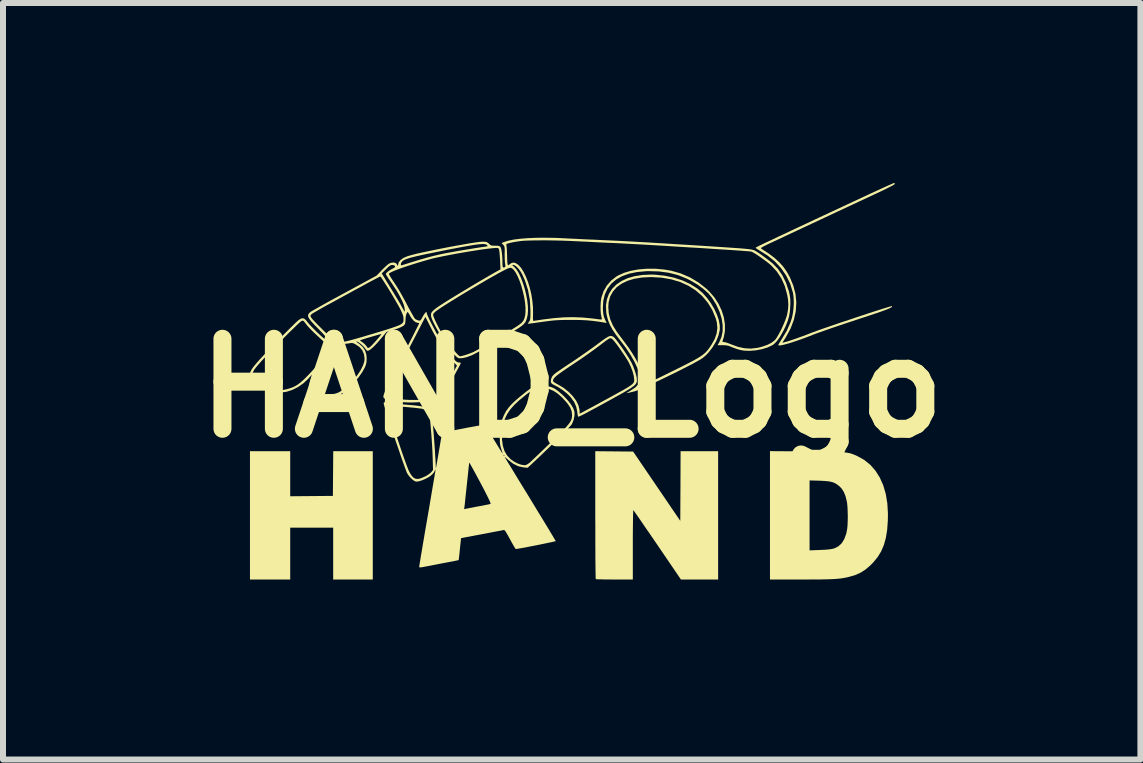
<source format=kicad_pcb>
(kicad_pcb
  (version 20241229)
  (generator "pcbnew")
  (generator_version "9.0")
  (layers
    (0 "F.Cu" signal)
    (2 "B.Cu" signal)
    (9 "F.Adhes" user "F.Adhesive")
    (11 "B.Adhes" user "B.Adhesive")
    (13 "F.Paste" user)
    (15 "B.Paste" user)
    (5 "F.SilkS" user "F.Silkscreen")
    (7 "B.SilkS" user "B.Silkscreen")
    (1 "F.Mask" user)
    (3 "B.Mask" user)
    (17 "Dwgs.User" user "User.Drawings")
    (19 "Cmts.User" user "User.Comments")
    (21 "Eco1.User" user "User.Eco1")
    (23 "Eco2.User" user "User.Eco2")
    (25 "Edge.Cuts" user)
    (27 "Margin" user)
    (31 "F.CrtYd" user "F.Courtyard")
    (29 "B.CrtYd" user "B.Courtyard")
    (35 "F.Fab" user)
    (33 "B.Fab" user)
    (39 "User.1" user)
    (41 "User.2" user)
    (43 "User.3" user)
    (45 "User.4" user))
  (footprint "HAND_Logo"
    (layer "F.Cu")
    (at 6.479 3.418)
    (property "Reference" "HAND_Logo" (at 0 0 0) (layer "F.SilkS") (effects (font (size 1.5 1.5) (thickness 0.3))))
    (attr board_only exclude_from_pos_files exclude_from_bom)
    (fp_poly (pts (xy -4.692 1.428) (xy -4.692 1.803) (xy -4.337 1.8) (xy -3.981 1.797) (xy -3.978 1.425) (xy -3.975 1.052) (xy -3.645 1.052) (xy -3.316 1.052) (xy -3.316 2.121) (xy -3.316 3.191) (xy -3.646 3.191) (xy -3.976 3.191) (xy -3.976 2.758) (xy -3.976 2.326) (xy -4.334 2.326) (xy -4.692 2.326) (xy -4.692 2.758) (xy -4.692 3.191) (xy -5.028 3.191) (xy -5.363 3.191) (xy -5.363 2.121) (xy -5.363 1.052) (xy -5.028 1.052) (xy -4.692 1.052)) (stroke (width 0) (type solid)) (fill yes) (layer "F.SilkS"))
    (fp_poly (pts (xy 0.708 1.055) (xy 1.023 1.058) (xy 1.416 1.635) (xy 1.809 2.213) (xy 1.812 1.632) (xy 1.814 1.052) (xy 2.127 1.052) (xy 2.44 1.052) (xy 2.44 2.121) (xy 2.44 3.191) (xy 2.13 3.191) (xy 1.82 3.191) (xy 1.428 2.615) (xy 1.358 2.513) (xy 1.292 2.416) (xy 1.23 2.327) (xy 1.175 2.246) (xy 1.127 2.176) (xy 1.087 2.119) (xy 1.056 2.075) (xy 1.036 2.046) (xy 1.027 2.035) (xy 1.027 2.034) (xy 1.025 2.044) (xy 1.024 2.075) (xy 1.022 2.124) (xy 1.021 2.19) (xy 1.02 2.27) (xy 1.019 2.362) (xy 1.018 2.464) (xy 1.018 2.574) (xy 1.018 2.61) (xy 1.018 3.191) (xy 0.713 3.191) (xy 0.632 3.19) (xy 0.558 3.19) (xy 0.495 3.188) (xy 0.446 3.187) (xy 0.413 3.185) (xy 0.4 3.183) (xy 0.4 3.183) (xy 0.399 3.171) (xy 0.398 3.137) (xy 0.397 3.084) (xy 0.396 3.014) (xy 0.395 2.926) (xy 0.394 2.824) (xy 0.394 2.709) (xy 0.393 2.582) (xy 0.393 2.445) (xy 0.393 2.3) (xy 0.392 2.147) (xy 0.392 2.114) (xy 0.392 1.052)) (stroke (width 0) (type solid)) (fill yes) (layer "F.SilkS"))
    (fp_poly (pts (xy 3.916 1.055) (xy 4.057 1.056) (xy 4.179 1.057) (xy 4.281 1.059) (xy 4.367 1.061) (xy 4.439 1.063) (xy 4.499 1.066) (xy 4.548 1.071) (xy 4.59 1.077) (xy 4.626 1.084) (xy 4.658 1.092) (xy 4.688 1.103) (xy 4.719 1.115) (xy 4.752 1.13) (xy 4.759 1.133) (xy 4.874 1.197) (xy 4.975 1.278) (xy 5.062 1.377) (xy 5.134 1.491) (xy 5.192 1.621) (xy 5.234 1.765) (xy 5.26 1.923) (xy 5.27 2.094) (xy 5.268 2.212) (xy 5.257 2.364) (xy 5.235 2.498) (xy 5.202 2.616) (xy 5.157 2.721) (xy 5.099 2.816) (xy 5.027 2.904) (xy 4.978 2.954) (xy 4.896 3.024) (xy 4.815 3.076) (xy 4.728 3.115) (xy 4.669 3.133) (xy 4.622 3.146) (xy 4.578 3.157) (xy 4.532 3.165) (xy 4.484 3.173) (xy 4.431 3.178) (xy 4.37 3.183) (xy 4.299 3.186) (xy 4.215 3.188) (xy 4.117 3.19) (xy 4.001 3.19) (xy 3.865 3.191) (xy 3.836 3.191) (xy 3.304 3.191) (xy 3.304 2.122) (xy 3.964 2.122) (xy 3.964 2.705) (xy 4.138 2.698) (xy 4.233 2.694) (xy 4.308 2.686) (xy 4.362 2.676) (xy 4.372 2.673) (xy 4.441 2.64) (xy 4.498 2.588) (xy 4.542 2.517) (xy 4.575 2.427) (xy 4.589 2.358) (xy 4.596 2.3) (xy 4.599 2.228) (xy 4.601 2.147) (xy 4.599 2.064) (xy 4.596 1.987) (xy 4.59 1.921) (xy 4.585 1.89) (xy 4.563 1.802) (xy 4.535 1.732) (xy 4.499 1.676) (xy 4.465 1.64) (xy 4.425 1.608) (xy 4.386 1.584) (xy 4.343 1.567) (xy 4.291 1.556) (xy 4.226 1.549) (xy 4.143 1.544) (xy 4.132 1.544) (xy 3.964 1.539) (xy 3.964 2.122) (xy 3.304 2.122) (xy 3.304 2.121) (xy 3.304 1.051)) (stroke (width 0) (type solid)) (fill yes) (layer "F.SilkS"))
    (fp_poly (pts (xy 1.388 -1.89) (xy 1.548 -1.873) (xy 1.702 -1.841) (xy 1.845 -1.794) (xy 1.976 -1.733) (xy 2.092 -1.66) (xy 2.18 -1.586) (xy 2.253 -1.505) (xy 2.319 -1.415) (xy 2.375 -1.321) (xy 2.419 -1.226) (xy 2.451 -1.134) (xy 2.467 -1.047) (xy 2.468 -0.973) (xy 2.446 -0.877) (xy 2.406 -0.778) (xy 2.348 -0.681) (xy 2.277 -0.589) (xy 2.239 -0.55) (xy 2.21 -0.524) (xy 2.178 -0.499) (xy 2.138 -0.473) (xy 2.087 -0.444) (xy 2.022 -0.408) (xy 1.962 -0.377) (xy 1.858 -0.324) (xy 1.751 -0.27) (xy 1.643 -0.217) (xy 1.538 -0.166) (xy 1.436 -0.117) (xy 1.341 -0.073) (xy 1.255 -0.033) (xy 1.18 0.001) (xy 1.119 0.028) (xy 1.073 0.046) (xy 1.046 0.055) (xy 0.988 0.069) (xy 0.949 0.078) (xy 0.925 0.083) (xy 0.916 0.084) (xy 0.916 0.082) (xy 0.928 0.074) (xy 0.954 0.058) (xy 0.989 0.037) (xy 0.991 0.035) (xy 1.059 -0.01) (xy 1.104 -0.057) (xy 1.13 -0.109) (xy 1.137 -0.167) (xy 1.127 -0.234) (xy 1.095 -0.332) (xy 1.045 -0.439) (xy 0.979 -0.555) (xy 0.899 -0.675) (xy 0.807 -0.796) (xy 0.735 -0.891) (xy 0.678 -0.976) (xy 0.636 -1.054) (xy 0.605 -1.131) (xy 0.584 -1.209) (xy 0.575 -1.263) (xy 0.572 -1.35) (xy 0.609 -1.35) (xy 0.617 -1.245) (xy 0.642 -1.145) (xy 0.685 -1.045) (xy 0.748 -0.943) (xy 0.787 -0.889) (xy 0.874 -0.774) (xy 0.948 -0.673) (xy 1.008 -0.583) (xy 1.057 -0.503) (xy 1.096 -0.43) (xy 1.127 -0.361) (xy 1.151 -0.295) (xy 1.153 -0.286) (xy 1.172 -0.21) (xy 1.175 -0.146) (xy 1.165 -0.09) (xy 1.155 -0.066) (xy 1.143 -0.037) (xy 1.14 -0.025) (xy 1.147 -0.023) (xy 1.153 -0.025) (xy 1.166 -0.031) (xy 1.198 -0.047) (xy 1.247 -0.07) (xy 1.309 -0.1) (xy 1.384 -0.137) (xy 1.468 -0.178) (xy 1.56 -0.223) (xy 1.653 -0.269) (xy 1.775 -0.329) (xy 1.878 -0.381) (xy 1.965 -0.425) (xy 2.037 -0.463) (xy 2.096 -0.497) (xy 2.145 -0.527) (xy 2.185 -0.555) (xy 2.218 -0.582) (xy 2.246 -0.61) (xy 2.271 -0.64) (xy 2.296 -0.673) (xy 2.321 -0.711) (xy 2.328 -0.721) (xy 2.382 -0.817) (xy 2.415 -0.91) (xy 2.427 -1.002) (xy 2.418 -1.096) (xy 2.399 -1.164) (xy 2.342 -1.301) (xy 2.267 -1.424) (xy 2.175 -1.533) (xy 2.068 -1.627) (xy 1.946 -1.705) (xy 1.81 -1.767) (xy 1.66 -1.812) (xy 1.499 -1.84) (xy 1.325 -1.85) (xy 1.319 -1.85) (xy 1.175 -1.843) (xy 1.044 -1.822) (xy 0.93 -1.788) (xy 0.832 -1.741) (xy 0.75 -1.682) (xy 0.687 -1.61) (xy 0.641 -1.528) (xy 0.615 -1.434) (xy 0.609 -1.35) (xy 0.572 -1.35) (xy 0.57 -1.375) (xy 0.586 -1.478) (xy 0.62 -1.571) (xy 0.673 -1.654) (xy 0.744 -1.726) (xy 0.831 -1.785) (xy 0.934 -1.833) (xy 1.052 -1.866) (xy 1.184 -1.886) (xy 1.329 -1.892)) (stroke (width 0) (type solid)) (fill yes) (layer "F.SilkS"))
    (fp_poly (pts (xy 0.668 -0.867) (xy 0.688 -0.858) (xy 0.703 -0.848) (xy 0.722 -0.827) (xy 0.752 -0.791) (xy 0.787 -0.744) (xy 0.827 -0.688) (xy 0.869 -0.628) (xy 0.909 -0.567) (xy 0.946 -0.51) (xy 0.976 -0.459) (xy 0.99 -0.435) (xy 1.02 -0.372) (xy 1.046 -0.304) (xy 1.068 -0.238) (xy 1.082 -0.179) (xy 1.086 -0.137) (xy 1.086 -0.117) (xy 1.082 -0.098) (xy 1.075 -0.081) (xy 1.062 -0.062) (xy 1.042 -0.042) (xy 1.013 -0.02) (xy 0.975 0.007) (xy 0.924 0.038) (xy 0.86 0.076) (xy 0.781 0.12) (xy 0.685 0.173) (xy 0.571 0.236) (xy 0.537 0.255) (xy 0.432 0.312) (xy 0.345 0.359) (xy 0.274 0.397) (xy 0.219 0.427) (xy 0.177 0.448) (xy 0.146 0.463) (xy 0.125 0.472) (xy 0.112 0.476) (xy 0.106 0.476) (xy 0.104 0.475) (xy 0.101 0.46) (xy 0.096 0.429) (xy 0.092 0.392) (xy 0.074 0.309) (xy 0.039 0.23) (xy -0.017 0.153) (xy -0.028 0.14) (xy -0.085 0.085) (xy -0.154 0.031) (xy -0.228 -0.017) (xy -0.292 -0.05) (xy -0.33 -0.071) (xy -0.348 -0.096) (xy -0.348 -0.117) (xy -0.313 -0.117) (xy -0.303 -0.105) (xy -0.278 -0.087) (xy -0.242 -0.066) (xy -0.23 -0.06) (xy -0.136 -0.004) (xy -0.053 0.062) (xy 0.017 0.134) (xy 0.073 0.209) (xy 0.111 0.286) (xy 0.129 0.361) (xy 0.131 0.389) (xy 0.131 0.427) (xy 0.179 0.403) (xy 0.202 0.39) (xy 0.242 0.369) (xy 0.295 0.34) (xy 0.359 0.306) (xy 0.428 0.269) (xy 0.483 0.238) (xy 0.603 0.173) (xy 0.704 0.118) (xy 0.788 0.071) (xy 0.857 0.033) (xy 0.912 0.001) (xy 0.955 -0.026) (xy 0.987 -0.047) (xy 1.01 -0.066) (xy 1.025 -0.081) (xy 1.034 -0.096) (xy 1.039 -0.11) (xy 1.041 -0.124) (xy 1.041 -0.14) (xy 1.041 -0.142) (xy 1.034 -0.203) (xy 1.015 -0.275) (xy 0.986 -0.352) (xy 0.95 -0.428) (xy 0.93 -0.463) (xy 0.892 -0.524) (xy 0.85 -0.586) (xy 0.808 -0.648) (xy 0.767 -0.705) (xy 0.73 -0.754) (xy 0.699 -0.792) (xy 0.677 -0.815) (xy 0.672 -0.82) (xy 0.66 -0.827) (xy 0.649 -0.831) (xy 0.635 -0.829) (xy 0.617 -0.821) (xy 0.592 -0.805) (xy 0.557 -0.78) (xy 0.509 -0.744) (xy 0.446 -0.695) (xy 0.441 -0.692) (xy 0.388 -0.652) (xy 0.321 -0.604) (xy 0.244 -0.549) (xy 0.161 -0.491) (xy 0.076 -0.434) (xy 0.003 -0.385) (xy -0.085 -0.326) (xy -0.155 -0.278) (xy -0.209 -0.24) (xy -0.25 -0.208) (xy -0.279 -0.182) (xy -0.298 -0.161) (xy -0.308 -0.142) (xy -0.312 -0.124) (xy -0.313 -0.117) (xy -0.348 -0.117) (xy -0.349 -0.131) (xy -0.34 -0.16) (xy -0.334 -0.177) (xy -0.326 -0.193) (xy -0.314 -0.208) (xy -0.297 -0.226) (xy -0.272 -0.247) (xy -0.236 -0.273) (xy -0.189 -0.305) (xy -0.128 -0.347) (xy -0.051 -0.398) (xy -0.013 -0.423) (xy 0.068 -0.477) (xy 0.155 -0.537) (xy 0.244 -0.599) (xy 0.327 -0.658) (xy 0.399 -0.71) (xy 0.423 -0.728) (xy 0.493 -0.78) (xy 0.547 -0.819) (xy 0.589 -0.846) (xy 0.622 -0.863) (xy 0.647 -0.869)) (stroke (width 0) (type solid)) (fill yes) (layer "F.SilkS"))
    (fp_poly (pts (xy 5.385 -3.409) (xy 5.386 -3.403) (xy 5.376 -3.394) (xy 5.347 -3.376) (xy 5.3 -3.352) (xy 5.237 -3.32) (xy 5.159 -3.282) (xy 5.069 -3.24) (xy 5.025 -3.219) (xy 4.918 -3.169) (xy 4.801 -3.115) (xy 4.676 -3.056) (xy 4.545 -2.995) (xy 4.411 -2.933) (xy 4.276 -2.869) (xy 4.141 -2.806) (xy 4.008 -2.744) (xy 3.88 -2.684) (xy 3.758 -2.627) (xy 3.645 -2.574) (xy 3.543 -2.526) (xy 3.454 -2.484) (xy 3.379 -2.449) (xy 3.321 -2.422) (xy 3.287 -2.406) (xy 3.23 -2.378) (xy 3.19 -2.358) (xy 3.166 -2.344) (xy 3.156 -2.334) (xy 3.156 -2.327) (xy 3.161 -2.322) (xy 3.278 -2.246) (xy 3.375 -2.173) (xy 3.457 -2.099) (xy 3.526 -2.022) (xy 3.585 -1.938) (xy 3.635 -1.848) (xy 3.693 -1.708) (xy 3.73 -1.566) (xy 3.743 -1.424) (xy 3.734 -1.281) (xy 3.702 -1.137) (xy 3.648 -0.994) (xy 3.571 -0.852) (xy 3.556 -0.827) (xy 3.509 -0.756) (xy 3.541 -0.763) (xy 3.596 -0.778) (xy 3.668 -0.801) (xy 3.754 -0.831) (xy 3.849 -0.865) (xy 3.949 -0.903) (xy 3.978 -0.915) (xy 4.022 -0.931) (xy 4.081 -0.953) (xy 4.154 -0.979) (xy 4.238 -1.008) (xy 4.331 -1.04) (xy 4.43 -1.074) (xy 4.534 -1.109) (xy 4.64 -1.144) (xy 4.746 -1.18) (xy 4.85 -1.214) (xy 4.949 -1.247) (xy 5.042 -1.277) (xy 5.126 -1.304) (xy 5.199 -1.327) (xy 5.259 -1.345) (xy 5.304 -1.359) (xy 5.33 -1.365) (xy 5.337 -1.366) (xy 5.34 -1.36) (xy 5.336 -1.352) (xy 5.323 -1.343) (xy 5.3 -1.331) (xy 5.265 -1.316) (xy 5.218 -1.298) (xy 5.155 -1.275) (xy 5.077 -1.248) (xy 4.981 -1.216) (xy 4.865 -1.178) (xy 4.765 -1.145) (xy 4.649 -1.106) (xy 4.534 -1.068) (xy 4.424 -1.031) (xy 4.32 -0.996) (xy 4.226 -0.963) (xy 4.145 -0.934) (xy 4.079 -0.911) (xy 4.032 -0.893) (xy 4.027 -0.891) (xy 3.923 -0.85) (xy 3.824 -0.814) (xy 3.732 -0.782) (xy 3.649 -0.755) (xy 3.577 -0.734) (xy 3.519 -0.719) (xy 3.475 -0.711) (xy 3.448 -0.711) (xy 3.441 -0.717) (xy 3.447 -0.73) (xy 3.463 -0.757) (xy 3.486 -0.794) (xy 3.503 -0.82) (xy 3.583 -0.954) (xy 3.644 -1.091) (xy 3.669 -1.167) (xy 3.685 -1.243) (xy 3.696 -1.329) (xy 3.701 -1.419) (xy 3.698 -1.505) (xy 3.689 -1.578) (xy 3.686 -1.591) (xy 3.641 -1.738) (xy 3.575 -1.873) (xy 3.49 -1.997) (xy 3.387 -2.109) (xy 3.266 -2.207) (xy 3.182 -2.26) (xy 3.137 -2.288) (xy 3.1 -2.311) (xy 3.075 -2.328) (xy 3.066 -2.337) (xy 3.066 -2.339) (xy 3.067 -2.341) (xy 3.071 -2.344) (xy 3.08 -2.349) (xy 3.093 -2.356) (xy 3.113 -2.366) (xy 3.141 -2.38) (xy 3.178 -2.398) (xy 3.226 -2.421) (xy 3.286 -2.449) (xy 3.359 -2.483) (xy 3.446 -2.525) (xy 3.55 -2.573) (xy 3.67 -2.63) (xy 3.809 -2.695) (xy 3.902 -2.738) (xy 4.129 -2.845) (xy 4.338 -2.942) (xy 4.528 -3.031) (xy 4.699 -3.111) (xy 4.852 -3.182) (xy 4.985 -3.244) (xy 5.1 -3.297) (xy 5.194 -3.34) (xy 5.269 -3.374) (xy 5.324 -3.398) (xy 5.358 -3.413) (xy 5.373 -3.418) (xy 5.373 -3.418)) (stroke (width 0) (type solid)) (fill yes) (layer "F.SilkS"))
    (fp_poly (pts (xy -0.481 -0.036) (xy -0.422 -0.032) (xy -0.37 -0.024) (xy -0.346 -0.018) (xy -0.292 0.005) (xy -0.233 0.045) (xy -0.165 0.103) (xy -0.128 0.138) (xy -0.063 0.208) (xy -0.011 0.275) (xy 0.025 0.336) (xy 0.044 0.388) (xy 0.046 0.396) (xy 0.046 0.458) (xy 0.033 0.526) (xy 0.007 0.591) (xy 0.000168 0.604) (xy -0.013 0.621) (xy -0.042 0.652) (xy -0.082 0.694) (xy -0.133 0.747) (xy -0.193 0.807) (xy -0.259 0.873) (xy -0.33 0.942) (xy -0.403 1.014) (xy -0.477 1.085) (xy -0.549 1.154) (xy -0.618 1.219) (xy -0.669 1.267) (xy -0.735 1.328) (xy -0.803 1.322) (xy -0.89 1.303) (xy -0.975 1.261) (xy -1.058 1.198) (xy -1.06 1.196) (xy -1.089 1.17) (xy -1.11 1.153) (xy -1.119 1.148) (xy -1.118 1.149) (xy -1.111 1.16) (xy -1.094 1.189) (xy -1.066 1.235) (xy -1.029 1.295) (xy -0.984 1.368) (xy -0.933 1.453) (xy -0.875 1.548) (xy -0.812 1.651) (xy -0.744 1.761) (xy -0.689 1.851) (xy -0.62 1.965) (xy -0.554 2.074) (xy -0.492 2.175) (xy -0.436 2.267) (xy -0.386 2.349) (xy -0.344 2.42) (xy -0.31 2.476) (xy -0.286 2.518) (xy -0.271 2.543) (xy -0.267 2.551) (xy -0.278 2.554) (xy -0.308 2.561) (xy -0.353 2.571) (xy -0.411 2.583) (xy -0.477 2.597) (xy -0.55 2.612) (xy -0.625 2.627) (xy -0.699 2.641) (xy -0.768 2.655) (xy -0.83 2.666) (xy -0.882 2.675) (xy -0.918 2.681) (xy -0.932 2.683) (xy -0.94 2.674) (xy -0.957 2.648) (xy -0.98 2.608) (xy -1.008 2.559) (xy -1.028 2.522) (xy -1.063 2.457) (xy -1.09 2.411) (xy -1.109 2.381) (xy -1.123 2.367) (xy -1.131 2.365) (xy -1.146 2.368) (xy -1.181 2.375) (xy -1.232 2.385) (xy -1.298 2.397) (xy -1.374 2.412) (xy -1.457 2.428) (xy -1.496 2.435) (xy -1.581 2.451) (xy -1.659 2.466) (xy -1.727 2.479) (xy -1.782 2.489) (xy -1.821 2.497) (xy -1.842 2.501) (xy -1.844 2.501) (xy -1.846 2.512) (xy -1.849 2.542) (xy -1.854 2.587) (xy -1.86 2.643) (xy -1.864 2.683) (xy -1.87 2.745) (xy -1.876 2.798) (xy -1.881 2.838) (xy -1.884 2.862) (xy -1.885 2.867) (xy -1.897 2.87) (xy -1.927 2.876) (xy -1.974 2.886) (xy -2.033 2.897) (xy -2.102 2.91) (xy -2.138 2.917) (xy -2.217 2.932) (xy -2.292 2.947) (xy -2.36 2.96) (xy -2.417 2.971) (xy -2.457 2.978) (xy -2.465 2.98) (xy -2.506 2.987) (xy -2.529 2.989) (xy -2.54 2.986) (xy -2.542 2.977) (xy -2.542 2.976) (xy -2.54 2.962) (xy -2.535 2.928) (xy -2.526 2.875) (xy -2.515 2.804) (xy -2.5 2.719) (xy -2.484 2.621) (xy -2.465 2.511) (xy -2.445 2.391) (xy -2.423 2.264) (xy -2.406 2.165) (xy -2.383 2.033) (xy -2.38 2.017) (xy -1.794 2.017) (xy -1.71 2.001) (xy -1.663 1.992) (xy -1.603 1.98) (xy -1.538 1.968) (xy -1.496 1.961) (xy -1.443 1.95) (xy -1.398 1.941) (xy -1.366 1.934) (xy -1.352 1.929) (xy -1.354 1.917) (xy -1.366 1.886) (xy -1.389 1.837) (xy -1.423 1.769) (xy -1.466 1.684) (xy -1.52 1.583) (xy -1.522 1.578) (xy -1.566 1.497) (xy -1.605 1.424) (xy -1.64 1.36) (xy -1.669 1.308) (xy -1.691 1.269) (xy -1.704 1.247) (xy -1.708 1.242) (xy -1.71 1.255) (xy -1.714 1.288) (xy -1.72 1.338) (xy -1.726 1.402) (xy -1.734 1.477) (xy -1.743 1.56) (xy -1.746 1.587) (xy -1.755 1.674) (xy -1.764 1.756) (xy -1.772 1.83) (xy -1.778 1.892) (xy -1.783 1.938) (xy -1.787 1.966) (xy -1.787 1.97) (xy -1.794 2.017) (xy -2.38 2.017) (xy -2.362 1.908) (xy -2.342 1.791) (xy -2.324 1.684) (xy -2.308 1.589) (xy -2.294 1.508) (xy -2.283 1.443) (xy -2.275 1.394) (xy -2.271 1.365) (xy -2.27 1.357) (xy -2.273 1.357) (xy -2.281 1.374) (xy -2.284 1.382) (xy -2.306 1.419) (xy -2.346 1.457) (xy -2.354 1.464) (xy -2.399 1.493) (xy -2.451 1.519) (xy -2.505 1.541) (xy -2.553 1.555) (xy -2.591 1.559) (xy -2.6 1.558) (xy -2.631 1.543) (xy -2.668 1.513) (xy -2.706 1.473) (xy -2.739 1.427) (xy -2.742 1.421) (xy -2.751 1.402) (xy -2.766 1.363) (xy -2.786 1.309) (xy -2.81 1.241) (xy -2.838 1.162) (xy -2.868 1.074) (xy -2.9 0.98) (xy -2.934 0.883) (xy -2.967 0.784) (xy -2.999 0.687) (xy -3.03 0.594) (xy -3.058 0.507) (xy -3.083 0.43) (xy -3.104 0.363) (xy -3.12 0.311) (xy -3.128 0.283) (xy -3.085 0.283) (xy -3.083 0.295) (xy -3.074 0.326) (xy -3.059 0.374) (xy -3.039 0.438) (xy -3.014 0.516) (xy -2.985 0.604) (xy -2.952 0.702) (xy -2.917 0.807) (xy -2.907 0.838) (xy -2.864 0.967) (xy -2.827 1.076) (xy -2.795 1.168) (xy -2.768 1.243) (xy -2.745 1.305) (xy -2.726 1.354) (xy -2.708 1.393) (xy -2.692 1.423) (xy -2.677 1.447) (xy -2.662 1.466) (xy -2.647 1.483) (xy -2.635 1.494) (xy -2.603 1.511) (xy -2.563 1.515) (xy -2.513 1.503) (xy -2.449 1.475) (xy -2.445 1.474) (xy -2.403 1.45) (xy -2.365 1.423) (xy -2.342 1.402) (xy -2.312 1.365) (xy -2.318 1.16) (xy -2.321 1.076) (xy -2.326 0.977) (xy -2.333 0.869) (xy -2.341 0.759) (xy -2.35 0.653) (xy -2.358 0.557) (xy -2.367 0.477) (xy -2.368 0.473) (xy -2.385 0.42) (xy -2.42 0.378) (xy -2.472 0.351) (xy -2.481 0.348) (xy -2.506 0.343) (xy -2.55 0.337) (xy -2.607 0.33) (xy -2.673 0.324) (xy -2.736 0.318) (xy -2.808 0.312) (xy -2.877 0.305) (xy -2.939 0.299) (xy -2.987 0.293) (xy -3.013 0.289) (xy -3.049 0.284) (xy -3.076 0.282) (xy -3.085 0.283) (xy -3.128 0.283) (xy -3.13 0.275) (xy -3.134 0.259) (xy -3.133 0.246) (xy -3.127 0.238) (xy -3.114 0.235) (xy -3.089 0.236) (xy -3.048 0.242) (xy -3 0.25) (xy -2.951 0.257) (xy -2.887 0.264) (xy -2.815 0.272) (xy -2.744 0.278) (xy -2.728 0.279) (xy -2.624 0.288) (xy -2.541 0.298) (xy -2.475 0.311) (xy -2.425 0.327) (xy -2.388 0.349) (xy -2.362 0.378) (xy -2.344 0.414) (xy -2.332 0.459) (xy -2.327 0.489) (xy -2.322 0.531) (xy -2.316 0.591) (xy -2.309 0.665) (xy -2.302 0.751) (xy -2.295 0.843) (xy -2.288 0.937) (xy -2.281 1.03) (xy -2.276 1.118) (xy -2.271 1.194) (xy -2.264 1.342) (xy -2.224 1.112) (xy -1.141 1.112) (xy -1.139 1.119) (xy -1.127 1.131) (xy -1.121 1.128) (xy -1.12 1.127) (xy -1.129 1.117) (xy -1.134 1.114) (xy -1.141 1.112) (xy -2.224 1.112) (xy -2.212 1.042) (xy -2.161 0.741) (xy -1.815 0.675) (xy -1.729 0.658) (xy -1.65 0.644) (xy -1.58 0.631) (xy -1.524 0.622) (xy -1.482 0.615) (xy -1.459 0.613) (xy -1.456 0.613) (xy -1.447 0.623) (xy -1.428 0.651) (xy -1.4 0.692) (xy -1.367 0.745) (xy -1.329 0.806) (xy -1.303 0.849) (xy -1.263 0.914) (xy -1.227 0.974) (xy -1.196 1.023) (xy -1.173 1.061) (xy -1.158 1.084) (xy -1.155 1.09) (xy -1.154 1.084) (xy -1.16 1.062) (xy -1.171 1.028) (xy -1.173 1.021) (xy -1.184 0.985) (xy -1.192 0.95) (xy -1.197 0.91) (xy -1.199 0.86) (xy -1.162 0.86) (xy -1.148 0.963) (xy -1.12 1.051) (xy -1.076 1.125) (xy -1.016 1.187) (xy -0.954 1.23) (xy -0.9 1.257) (xy -0.846 1.276) (xy -0.798 1.285) (xy -0.768 1.284) (xy -0.744 1.273) (xy -0.712 1.252) (xy -0.694 1.237) (xy -0.676 1.22) (xy -0.643 1.189) (xy -0.598 1.146) (xy -0.543 1.094) (xy -0.481 1.034) (xy -0.414 0.969) (xy -0.348 0.905) (xy -0.262 0.822) (xy -0.191 0.752) (xy -0.134 0.694) (xy -0.089 0.645) (xy -0.055 0.605) (xy -0.03 0.571) (xy -0.013 0.541) (xy -0.002 0.513) (xy 0.003 0.486) (xy 0.005 0.458) (xy 0.005 0.444) (xy -0.001 0.387) (xy -0.022 0.331) (xy -0.06 0.272) (xy -0.093 0.231) (xy -0.167 0.151) (xy -0.237 0.09) (xy -0.304 0.046) (xy -0.372 0.018) (xy -0.401 0.011) (xy -0.467 -0.001) (xy -0.522 -0.005) (xy -0.571 0.000124) (xy -0.619 0.016) (xy -0.67 0.044) (xy -0.73 0.086) (xy -0.771 0.118) (xy -0.875 0.203) (xy -0.959 0.282) (xy -1.026 0.358) (xy -1.077 0.434) (xy -1.115 0.513) (xy -1.141 0.597) (xy -1.156 0.689) (xy -1.16 0.741) (xy -1.162 0.86) (xy -1.199 0.86) (xy -1.199 0.859) (xy -1.2 0.792) (xy -1.2 0.791) (xy -1.199 0.726) (xy -1.197 0.677) (xy -1.193 0.639) (xy -1.186 0.604) (xy -1.175 0.568) (xy -1.167 0.544) (xy -1.133 0.458) (xy -1.096 0.386) (xy -1.049 0.322) (xy -1.007 0.274) (xy -0.969 0.236) (xy -0.92 0.192) (xy -0.866 0.146) (xy -0.809 0.1) (xy -0.754 0.056) (xy -0.703 0.019) (xy -0.661 -0.01) (xy -0.631 -0.026) (xy -0.626 -0.028) (xy -0.59 -0.035) (xy -0.539 -0.037)) (stroke (width 0) (type solid)) (fill yes) (layer "F.SilkS"))
    (fp_poly (pts (xy -0.26 -2.503) (xy -0.131 -2.497) (xy -0.057 -2.493) (xy 0.033 -2.489) (xy 0.131 -2.484) (xy 0.23 -2.479) (xy 0.323 -2.475) (xy 0.336 -2.475) (xy 0.493 -2.467) (xy 0.633 -2.461) (xy 0.76 -2.455) (xy 0.879 -2.449) (xy 0.994 -2.443) (xy 1.109 -2.436) (xy 1.227 -2.43) (xy 1.354 -2.422) (xy 1.493 -2.414) (xy 1.649 -2.404) (xy 1.729 -2.399) (xy 1.927 -2.387) (xy 2.103 -2.376) (xy 2.259 -2.366) (xy 2.396 -2.357) (xy 2.515 -2.349) (xy 2.619 -2.342) (xy 2.707 -2.336) (xy 2.782 -2.331) (xy 2.844 -2.326) (xy 2.896 -2.321) (xy 2.937 -2.317) (xy 2.97 -2.313) (xy 2.996 -2.309) (xy 3.016 -2.304) (xy 3.031 -2.3) (xy 3.043 -2.296) (xy 3.052 -2.291) (xy 3.059 -2.288) (xy 3.103 -2.26) (xy 3.159 -2.222) (xy 3.219 -2.178) (xy 3.278 -2.134) (xy 3.33 -2.093) (xy 3.347 -2.079) (xy 3.434 -1.99) (xy 3.508 -1.883) (xy 3.569 -1.761) (xy 3.615 -1.625) (xy 3.619 -1.613) (xy 3.631 -1.56) (xy 3.639 -1.515) (xy 3.643 -1.471) (xy 3.644 -1.419) (xy 3.642 -1.365) (xy 3.636 -1.275) (xy 3.622 -1.195) (xy 3.599 -1.116) (xy 3.566 -1.033) (xy 3.524 -0.948) (xy 3.473 -0.858) (xy 3.425 -0.789) (xy 3.379 -0.74) (xy 3.344 -0.714) (xy 3.263 -0.677) (xy 3.169 -0.648) (xy 3.068 -0.629) (xy 2.967 -0.621) (xy 2.872 -0.624) (xy 2.805 -0.636) (xy 2.753 -0.651) (xy 2.696 -0.672) (xy 2.663 -0.685) (xy 2.615 -0.704) (xy 2.569 -0.713) (xy 2.515 -0.715) (xy 2.512 -0.715) (xy 2.43 -0.715) (xy 2.457 -0.761) (xy 2.495 -0.849) (xy 2.515 -0.946) (xy 2.515 -1.051) (xy 2.498 -1.162) (xy 2.462 -1.276) (xy 2.408 -1.392) (xy 2.337 -1.507) (xy 2.336 -1.508) (xy 2.275 -1.581) (xy 2.193 -1.654) (xy 2.095 -1.725) (xy 1.983 -1.791) (xy 1.913 -1.826) (xy 1.771 -1.883) (xy 1.618 -1.922) (xy 1.455 -1.944) (xy 1.277 -1.949) (xy 1.24 -1.948) (xy 1.09 -1.934) (xy 0.956 -1.907) (xy 0.84 -1.865) (xy 0.741 -1.81) (xy 0.66 -1.741) (xy 0.597 -1.658) (xy 0.552 -1.563) (xy 0.526 -1.455) (xy 0.519 -1.334) (xy 0.521 -1.294) (xy 0.527 -1.229) (xy 0.54 -1.178) (xy 0.555 -1.142) (xy 0.583 -1.084) (xy 0.548 -1.091) (xy 0.444 -1.108) (xy 0.349 -1.12) (xy 0.257 -1.129) (xy 0.16 -1.134) (xy 0.052 -1.136) (xy -0.017 -1.136) (xy -0.11 -1.136) (xy -0.186 -1.134) (xy -0.252 -1.131) (xy -0.316 -1.126) (xy -0.382 -1.118) (xy -0.459 -1.108) (xy -0.503 -1.102) (xy -0.573 -1.092) (xy -0.633 -1.083) (xy -0.683 -1.077) (xy -0.717 -1.073) (xy -0.733 -1.072) (xy -0.734 -1.072) (xy -0.727 -1.084) (xy -0.712 -1.104) (xy -0.711 -1.106) (xy -0.702 -1.12) (xy -0.695 -1.138) (xy -0.691 -1.163) (xy -0.689 -1.2) (xy -0.688 -1.253) (xy -0.688 -1.288) (xy -0.698 -1.467) (xy -0.729 -1.636) (xy -0.781 -1.796) (xy -0.826 -1.896) (xy -0.856 -1.948) (xy -0.89 -1.993) (xy -0.925 -2.028) (xy -0.957 -2.049) (xy -0.973 -2.053) (xy -0.988 -2.052) (xy -0.989 -2.046) (xy -0.975 -2.032) (xy -0.96 -2.02) (xy -0.921 -1.977) (xy -0.883 -1.916) (xy -0.847 -1.839) (xy -0.814 -1.752) (xy -0.784 -1.657) (xy -0.76 -1.559) (xy -0.742 -1.462) (xy -0.731 -1.369) (xy -0.729 -1.285) (xy -0.734 -1.223) (xy -0.749 -1.156) (xy -0.769 -1.105) (xy -0.799 -1.066) (xy -0.835 -1.035) (xy -0.871 -1.01) (xy -0.922 -0.977) (xy -0.985 -0.938) (xy -1.059 -0.893) (xy -1.139 -0.845) (xy -1.222 -0.795) (xy -1.307 -0.745) (xy -1.39 -0.698) (xy -1.467 -0.653) (xy -1.537 -0.614) (xy -1.596 -0.582) (xy -1.641 -0.559) (xy -1.666 -0.547) (xy -1.752 -0.515) (xy -1.821 -0.499) (xy -1.873 -0.497) (xy -1.887 -0.499) (xy -1.912 -0.514) (xy -1.946 -0.546) (xy -1.987 -0.593) (xy -2.032 -0.651) (xy -2.08 -0.717) (xy -2.129 -0.79) (xy -2.177 -0.866) (xy -2.223 -0.941) (xy -2.264 -1.014) (xy -2.299 -1.082) (xy -2.326 -1.14) (xy -2.342 -1.187) (xy -2.345 -1.203) (xy -2.346 -1.221) (xy -2.311 -1.221) (xy -2.309 -1.209) (xy -2.297 -1.175) (xy -2.276 -1.127) (xy -2.249 -1.071) (xy -2.218 -1.01) (xy -2.187 -0.952) (xy -2.169 -0.921) (xy -2.135 -0.865) (xy -2.094 -0.805) (xy -2.051 -0.744) (xy -2.007 -0.685) (xy -1.965 -0.632) (xy -1.927 -0.587) (xy -1.895 -0.553) (xy -1.871 -0.533) (xy -1.862 -0.529) (xy -1.849 -0.532) (xy -1.821 -0.538) (xy -1.787 -0.547) (xy -1.74 -0.562) (xy -1.685 -0.582) (xy -1.637 -0.602) (xy -1.608 -0.617) (xy -1.562 -0.642) (xy -1.503 -0.676) (xy -1.434 -0.716) (xy -1.358 -0.76) (xy -1.278 -0.808) (xy -1.196 -0.856) (xy -1.117 -0.904) (xy -1.042 -0.949) (xy -0.976 -0.99) (xy -0.92 -1.025) (xy -0.893 -1.043) (xy -0.843 -1.08) (xy -0.809 -1.118) (xy -0.788 -1.163) (xy -0.775 -1.22) (xy -0.771 -1.267) (xy -0.771 -1.342) (xy -0.778 -1.426) (xy -0.793 -1.516) (xy -0.814 -1.608) (xy -0.839 -1.699) (xy -0.868 -1.784) (xy -0.9 -1.86) (xy -0.933 -1.923) (xy -0.966 -1.97) (xy -0.986 -1.989) (xy -1.007 -2.002) (xy -1.024 -2.005) (xy -1.048 -1.999) (xy -1.066 -1.993) (xy -1.1 -1.977) (xy -1.151 -1.951) (xy -1.215 -1.917) (xy -1.291 -1.874) (xy -1.377 -1.826) (xy -1.47 -1.772) (xy -1.567 -1.715) (xy -1.667 -1.656) (xy -1.767 -1.596) (xy -1.865 -1.537) (xy -1.957 -1.48) (xy -2.043 -1.427) (xy -2.119 -1.379) (xy -2.184 -1.337) (xy -2.235 -1.302) (xy -2.269 -1.277) (xy -2.279 -1.269) (xy -2.303 -1.243) (xy -2.311 -1.221) (xy -2.346 -1.221) (xy -2.346 -1.229) (xy -2.34 -1.253) (xy -2.323 -1.277) (xy -2.294 -1.305) (xy -2.25 -1.339) (xy -2.19 -1.38) (xy -2.161 -1.399) (xy -2.117 -1.427) (xy -2.057 -1.465) (xy -1.983 -1.51) (xy -1.9 -1.561) (xy -1.81 -1.615) (xy -1.717 -1.671) (xy -1.624 -1.727) (xy -1.534 -1.78) (xy -1.45 -1.829) (xy -1.377 -1.872) (xy -1.316 -1.907) (xy -1.288 -1.923) (xy -1.188 -1.978) (xy -1.195 -2.138) (xy -1.199 -2.198) (xy -1.203 -2.25) (xy -1.208 -2.291) (xy -1.213 -2.316) (xy -1.214 -2.319) (xy -1.222 -2.329) (xy -1.235 -2.335) (xy -1.259 -2.336) (xy -1.3 -2.333) (xy -1.312 -2.332) (xy -1.388 -2.324) (xy -1.481 -2.312) (xy -1.587 -2.296) (xy -1.701 -2.278) (xy -1.82 -2.258) (xy -1.939 -2.237) (xy -2.054 -2.215) (xy -2.161 -2.194) (xy -2.255 -2.174) (xy -2.333 -2.156) (xy -2.357 -2.149) (xy -2.468 -2.118) (xy -2.575 -2.086) (xy -2.677 -2.054) (xy -2.771 -2.023) (xy -2.856 -1.994) (xy -2.928 -1.967) (xy -2.985 -1.943) (xy -3.025 -1.923) (xy -3.047 -1.908) (xy -3.048 -1.906) (xy -3.044 -1.893) (xy -3.029 -1.866) (xy -3.005 -1.827) (xy -2.974 -1.78) (xy -2.961 -1.761) (xy -2.921 -1.7) (xy -2.874 -1.624) (xy -2.825 -1.538) (xy -2.776 -1.448) (xy -2.748 -1.395) (xy -2.713 -1.328) (xy -2.679 -1.267) (xy -2.65 -1.215) (xy -2.627 -1.176) (xy -2.61 -1.153) (xy -2.606 -1.149) (xy -2.576 -1.134) (xy -2.552 -1.126) (xy -2.535 -1.124) (xy -2.522 -1.129) (xy -2.508 -1.147) (xy -2.489 -1.18) (xy -2.484 -1.19) (xy -2.459 -1.232) (xy -2.439 -1.258) (xy -2.424 -1.268) (xy -2.417 -1.258) (xy -2.417 -1.252) (xy -2.412 -1.231) (xy -2.396 -1.194) (xy -2.373 -1.144) (xy -2.343 -1.084) (xy -2.308 -1.017) (xy -2.271 -0.946) (xy -2.232 -0.876) (xy -2.193 -0.808) (xy -2.157 -0.747) (xy -2.125 -0.695) (xy -2.1 -0.658) (xy -2.044 -0.583) (xy -2 -0.525) (xy -1.964 -0.482) (xy -1.935 -0.453) (xy -1.911 -0.435) (xy -1.891 -0.427) (xy -1.882 -0.427) (xy -1.858 -0.424) (xy -1.848 -0.419) (xy -1.854 -0.405) (xy -1.868 -0.375) (xy -1.89 -0.334) (xy -1.917 -0.285) (xy -1.946 -0.232) (xy -1.976 -0.18) (xy -2.004 -0.132) (xy -2.022 -0.102) (xy -2.079 -0.015) (xy -2.13 0.055) (xy -2.18 0.109) (xy -2.231 0.15) (xy -2.287 0.181) (xy -2.35 0.205) (xy -2.389 0.216) (xy -2.438 0.226) (xy -2.503 0.233) (xy -2.579 0.237) (xy -2.66 0.24) (xy -2.738 0.239) (xy -2.809 0.235) (xy -2.832 0.233) (xy -2.901 0.224) (xy -2.969 0.213) (xy -3.029 0.201) (xy -3.079 0.188) (xy -3.115 0.176) (xy -3.129 0.168) (xy -3.135 0.161) (xy -3.138 0.151) (xy -3.139 0.138) (xy -3.137 0.128) (xy -3.097 0.128) (xy -3.084 0.142) (xy -3.051 0.156) (xy -3.002 0.168) (xy -2.94 0.178) (xy -2.868 0.187) (xy -2.791 0.193) (xy -2.711 0.197) (xy -2.631 0.198) (xy -2.556 0.197) (xy -2.487 0.192) (xy -2.429 0.183) (xy -2.425 0.182) (xy -2.335 0.158) (xy -2.264 0.125) (xy -2.207 0.082) (xy -2.182 0.056) (xy -2.145 0.007) (xy -2.101 -0.055) (xy -2.054 -0.126) (xy -2.009 -0.2) (xy -1.969 -0.269) (xy -1.958 -0.291) (xy -1.913 -0.375) (xy -1.975 -0.439) (xy -2.039 -0.512) (xy -2.108 -0.603) (xy -2.179 -0.708) (xy -2.249 -0.822) (xy -2.315 -0.942) (xy -2.336 -0.983) (xy -2.439 -1.187) (xy -2.535 -1.003) (xy -2.595 -0.886) (xy -2.656 -0.768) (xy -2.717 -0.65) (xy -2.776 -0.534) (xy -2.833 -0.421) (xy -2.886 -0.315) (xy -2.936 -0.215) (xy -2.98 -0.125) (xy -3.019 -0.046) (xy -3.051 0.021) (xy -3.075 0.073) (xy -3.091 0.109) (xy -3.097 0.127) (xy -3.097 0.128) (xy -3.137 0.128) (xy -3.136 0.12) (xy -3.128 0.095) (xy -3.116 0.063) (xy -3.098 0.021) (xy -3.074 -0.031) (xy -3.042 -0.095) (xy -3.004 -0.173) (xy -2.957 -0.266) (xy -2.901 -0.375) (xy -2.836 -0.502) (xy -2.788 -0.596) (xy -2.738 -0.692) (xy -2.692 -0.783) (xy -2.65 -0.864) (xy -2.614 -0.936) (xy -2.584 -0.995) (xy -2.561 -1.041) (xy -2.547 -1.069) (xy -2.542 -1.08) (xy -2.552 -1.085) (xy -2.562 -1.086) (xy -2.6 -1.097) (xy -2.639 -1.127) (xy -2.675 -1.173) (xy -2.691 -1.199) (xy -2.71 -1.234) (xy -2.726 -1.258) (xy -2.734 -1.268) (xy -2.734 -1.268) (xy -2.746 -1.258) (xy -2.757 -1.231) (xy -2.766 -1.194) (xy -2.77 -1.152) (xy -2.77 -1.146) (xy -2.772 -1.107) (xy -2.777 -1.075) (xy -2.782 -1.063) (xy -2.801 -1.041) (xy -2.839 -1.019) (xy -2.895 -0.995) (xy -2.973 -0.97) (xy -2.983 -0.967) (xy -3.087 -0.935) (xy -3.191 -0.811) (xy -3.251 -0.742) (xy -3.304 -0.688) (xy -3.349 -0.648) (xy -3.384 -0.625) (xy -3.403 -0.62) (xy -3.418 -0.629) (xy -3.437 -0.651) (xy -3.442 -0.659) (xy -3.463 -0.686) (xy -3.493 -0.716) (xy -3.527 -0.744) (xy -3.56 -0.767) (xy -3.584 -0.778) (xy -3.589 -0.779) (xy -3.588 -0.773) (xy -3.572 -0.758) (xy -3.544 -0.737) (xy -3.542 -0.737) (xy -3.483 -0.684) (xy -3.443 -0.622) (xy -3.422 -0.549) (xy -3.418 -0.49) (xy -3.421 -0.432) (xy -3.432 -0.386) (xy -3.446 -0.349) (xy -3.489 -0.271) (xy -3.547 -0.187) (xy -3.613 -0.104) (xy -3.672 -0.042) (xy -3.741 0.023) (xy -3.802 0.072) (xy -3.862 0.106) (xy -3.925 0.128) (xy -3.996 0.141) (xy -4.082 0.146) (xy -4.123 0.146) (xy -4.192 0.145) (xy -4.25 0.142) (xy -4.293 0.136) (xy -4.308 0.132) (xy -4.349 0.108) (xy -4.375 0.07) (xy -4.384 0.017) (xy -4.384 0.01) (xy -4.346 0.01) (xy -4.341 0.04) (xy -4.34 0.045) (xy -4.322 0.078) (xy -4.302 0.091) (xy -4.27 0.098) (xy -4.254 0.101) (xy -4.234 0.103) (xy -4.197 0.104) (xy -4.148 0.105) (xy -4.091 0.104) (xy -4.089 0.104) (xy -4.026 0.102) (xy -3.98 0.099) (xy -3.946 0.094) (xy -3.917 0.085) (xy -3.887 0.073) (xy -3.884 0.072) (xy -3.819 0.034) (xy -3.753 -0.017) (xy -3.686 -0.08) (xy -3.624 -0.15) (xy -3.567 -0.224) (xy -3.518 -0.298) (xy -3.482 -0.37) (xy -3.459 -0.435) (xy -3.452 -0.483) (xy -3.462 -0.562) (xy -3.49 -0.629) (xy -3.538 -0.685) (xy -3.607 -0.731) (xy -3.613 -0.734) (xy -3.643 -0.748) (xy -3.668 -0.752) (xy -3.699 -0.748) (xy -3.719 -0.744) (xy -3.813 -0.734) (xy -3.905 -0.746) (xy -3.987 -0.776) (xy -4.031 -0.796) (xy -4.057 -0.801) (xy -4.065 -0.792) (xy -4.056 -0.77) (xy -4.028 -0.735) (xy -4.017 -0.723) (xy -3.99 -0.692) (xy -3.971 -0.667) (xy -3.964 -0.653) (xy -3.97 -0.64) (xy -3.987 -0.615) (xy -4.017 -0.578) (xy -4.06 -0.527) (xy -4.118 -0.461) (xy -4.164 -0.409) (xy -4.206 -0.362) (xy -4.236 -0.323) (xy -4.257 -0.288) (xy -4.275 -0.25) (xy -4.29 -0.21) (xy -4.317 -0.133) (xy -4.335 -0.073) (xy -4.344 -0.026) (xy -4.346 0.01) (xy -4.384 0.01) (xy -4.378 -0.053) (xy -4.358 -0.135) (xy -4.33 -0.224) (xy -4.392 -0.155) (xy -4.472 -0.08) (xy -4.562 -0.017) (xy -4.658 0.031) (xy -4.756 0.062) (xy -4.851 0.074) (xy -4.857 0.074) (xy -4.929 0.067) (xy -5.013 0.047) (xy -5.104 0.015) (xy -5.196 -0.026) (xy -5.233 -0.045) (xy -5.289 -0.077) (xy -5.327 -0.104) (xy -5.351 -0.128) (xy -5.364 -0.154) (xy -5.368 -0.184) (xy -5.368 -0.195) (xy -5.329 -0.195) (xy -5.326 -0.171) (xy -5.316 -0.15) (xy -5.294 -0.129) (xy -5.26 -0.106) (xy -5.209 -0.078) (xy -5.164 -0.056) (xy -5.092 -0.024) (xy -5.02 0.003) (xy -4.952 0.024) (xy -4.896 0.036) (xy -4.867 0.039) (xy -4.839 0.037) (xy -4.798 0.029) (xy -4.751 0.019) (xy -4.744 0.017) (xy -4.695 0.003) (xy -4.65 -0.013) (xy -4.607 -0.034) (xy -4.563 -0.061) (xy -4.518 -0.096) (xy -4.468 -0.14) (xy -4.412 -0.195) (xy -4.348 -0.262) (xy -4.274 -0.344) (xy -4.188 -0.441) (xy -4.177 -0.453) (xy -4.129 -0.509) (xy -4.086 -0.559) (xy -4.051 -0.601) (xy -4.025 -0.632) (xy -4.011 -0.65) (xy -4.01 -0.654) (xy -4.018 -0.664) (xy -4.039 -0.687) (xy -4.072 -0.718) (xy -4.112 -0.755) (xy -4.121 -0.763) (xy -4.206 -0.841) (xy -4.276 -0.906) (xy -4.333 -0.961) (xy -4.377 -1.007) (xy -4.412 -1.046) (xy -4.432 -1.072) (xy -4.456 -1.104) (xy -4.473 -1.12) (xy -4.486 -1.125) (xy -4.501 -1.119) (xy -4.508 -1.116) (xy -4.523 -1.104) (xy -4.552 -1.078) (xy -4.593 -1.039) (xy -4.643 -0.99) (xy -4.701 -0.934) (xy -4.764 -0.871) (xy -4.83 -0.804) (xy -4.898 -0.735) (xy -4.965 -0.667) (xy -5.029 -0.601) (xy -5.088 -0.539) (xy -5.14 -0.484) (xy -5.183 -0.437) (xy -5.208 -0.409) (xy -5.257 -0.352) (xy -5.292 -0.306) (xy -5.313 -0.267) (xy -5.325 -0.233) (xy -5.329 -0.198) (xy -5.329 -0.195) (xy -5.368 -0.195) (xy -5.368 -0.197) (xy -5.365 -0.235) (xy -5.355 -0.271) (xy -5.336 -0.309) (xy -5.306 -0.352) (xy -5.263 -0.405) (xy -5.227 -0.446) (xy -5.189 -0.489) (xy -5.14 -0.541) (xy -5.083 -0.602) (xy -5.02 -0.667) (xy -4.953 -0.736) (xy -4.885 -0.806) (xy -4.817 -0.875) (xy -4.752 -0.94) (xy -4.693 -0.999) (xy -4.64 -1.051) (xy -4.598 -1.092) (xy -4.566 -1.121) (xy -4.551 -1.134) (xy -4.512 -1.158) (xy -4.481 -1.165) (xy -4.452 -1.153) (xy -4.422 -1.122) (xy -4.409 -1.105) (xy -4.385 -1.076) (xy -4.348 -1.035) (xy -4.303 -0.989) (xy -4.254 -0.94) (xy -4.236 -0.923) (xy -4.187 -0.877) (xy -4.151 -0.845) (xy -4.128 -0.825) (xy -4.112 -0.816) (xy -4.103 -0.816) (xy -4.097 -0.822) (xy -4.096 -0.825) (xy -4.094 -0.835) (xy -4.098 -0.848) (xy -4.11 -0.866) (xy -4.131 -0.891) (xy -4.164 -0.927) (xy -4.211 -0.975) (xy -4.234 -0.999) (xy -4.296 -1.062) (xy -4.342 -1.113) (xy -4.373 -1.153) (xy -4.391 -1.185) (xy -4.393 -1.196) (xy -4.353 -1.196) (xy -4.345 -1.179) (xy -4.332 -1.16) (xy -4.305 -1.13) (xy -4.267 -1.09) (xy -4.222 -1.044) (xy -4.173 -0.995) (xy -4.124 -0.946) (xy -4.076 -0.901) (xy -4.034 -0.861) (xy -4.001 -0.832) (xy -3.979 -0.815) (xy -3.976 -0.813) (xy -3.92 -0.79) (xy -3.86 -0.774) (xy -3.814 -0.769) (xy -3.793 -0.772) (xy -3.753 -0.781) (xy -3.697 -0.795) (xy -3.69 -0.797) (xy -3.529 -0.797) (xy -3.523 -0.789) (xy -3.502 -0.773) (xy -3.486 -0.762) (xy -3.454 -0.736) (xy -3.428 -0.707) (xy -3.421 -0.698) (xy -3.405 -0.674) (xy -3.392 -0.668) (xy -3.373 -0.677) (xy -3.356 -0.69) (xy -3.337 -0.707) (xy -3.311 -0.735) (xy -3.279 -0.769) (xy -3.247 -0.806) (xy -3.216 -0.842) (xy -3.192 -0.872) (xy -3.176 -0.894) (xy -3.173 -0.901) (xy -3.184 -0.899) (xy -3.212 -0.892) (xy -3.254 -0.88) (xy -3.303 -0.866) (xy -3.357 -0.85) (xy -3.41 -0.835) (xy -3.458 -0.82) (xy -3.497 -0.808) (xy -3.522 -0.799) (xy -3.529 -0.797) (xy -3.69 -0.797) (xy -3.629 -0.813) (xy -3.552 -0.835) (xy -3.468 -0.859) (xy -3.433 -0.87) (xy -3.3 -0.909) (xy -3.188 -0.943) (xy -3.093 -0.972) (xy -3.016 -0.997) (xy -2.954 -1.018) (xy -2.905 -1.036) (xy -2.868 -1.051) (xy -2.842 -1.066) (xy -2.824 -1.08) (xy -2.812 -1.094) (xy -2.806 -1.109) (xy -2.804 -1.125) (xy -2.804 -1.144) (xy -2.804 -1.156) (xy -2.806 -1.186) (xy -2.814 -1.217) (xy -2.829 -1.255) (xy -2.853 -1.306) (xy -2.864 -1.328) (xy -2.888 -1.372) (xy -2.919 -1.426) (xy -2.954 -1.487) (xy -2.992 -1.552) (xy -3.032 -1.617) (xy -3.07 -1.68) (xy -3.107 -1.738) (xy -3.139 -1.788) (xy -3.165 -1.827) (xy -3.182 -1.852) (xy -3.19 -1.86) (xy -3.203 -1.855) (xy -3.232 -1.84) (xy -3.276 -1.817) (xy -3.331 -1.788) (xy -3.395 -1.754) (xy -3.448 -1.725) (xy -3.528 -1.681) (xy -3.621 -1.631) (xy -3.723 -1.575) (xy -3.827 -1.519) (xy -3.927 -1.464) (xy -4.004 -1.422) (xy -4.082 -1.38) (xy -4.154 -1.34) (xy -4.217 -1.304) (xy -4.27 -1.273) (xy -4.31 -1.25) (xy -4.332 -1.235) (xy -4.336 -1.232) (xy -4.353 -1.213) (xy -4.353 -1.196) (xy -4.393 -1.196) (xy -4.395 -1.211) (xy -4.388 -1.233) (xy -4.37 -1.255) (xy -4.349 -1.272) (xy -4.332 -1.283) (xy -4.297 -1.303) (xy -4.245 -1.332) (xy -4.18 -1.369) (xy -4.103 -1.412) (xy -4.017 -1.46) (xy -3.922 -1.511) (xy -3.821 -1.566) (xy -3.782 -1.587) (xy -3.253 -1.874) (xy -3.217 -1.911) (xy -3.167 -1.911) (xy -3.016 -1.665) (xy -2.972 -1.593) (xy -2.93 -1.523) (xy -2.891 -1.459) (xy -2.859 -1.404) (xy -2.836 -1.362) (xy -2.826 -1.344) (xy -2.807 -1.309) (xy -2.792 -1.284) (xy -2.784 -1.274) (xy -2.783 -1.274) (xy -2.782 -1.287) (xy -2.784 -1.315) (xy -2.787 -1.338) (xy -2.8 -1.39) (xy -2.828 -1.457) (xy -2.867 -1.534) (xy -2.916 -1.62) (xy -2.975 -1.711) (xy -3.003 -1.752) (xy -3.037 -1.801) (xy -3.066 -1.844) (xy -3.087 -1.878) (xy -3.098 -1.899) (xy -3.099 -1.902) (xy -3.09 -1.918) (xy -3.067 -1.939) (xy -3.035 -1.963) (xy -2.999 -1.984) (xy -2.974 -1.996) (xy -2.948 -2.014) (xy -2.943 -2.031) (xy -2.959 -2.046) (xy -2.984 -2.051) (xy -3.004 -2.051) (xy -3.023 -2.044) (xy -3.046 -2.028) (xy -3.078 -1.999) (xy -3.094 -1.983) (xy -3.167 -1.911) (xy -3.217 -1.911) (xy -3.157 -1.974) (xy -3.108 -2.022) (xy -3.071 -2.055) (xy -3.041 -2.076) (xy -3.014 -2.088) (xy -3.013 -2.088) (xy -2.965 -2.094) (xy -2.929 -2.081) (xy -2.906 -2.05) (xy -2.906 -2.05) (xy -2.899 -2.034) (xy -2.896 -2.038) (xy -2.896 -2.046) (xy -2.893 -2.055) (xy -2.849 -2.055) (xy -2.839 -2.046) (xy -2.829 -2.047) (xy -2.812 -2.053) (xy -2.777 -2.064) (xy -2.729 -2.079) (xy -2.673 -2.097) (xy -2.65 -2.104) (xy -2.525 -2.142) (xy -2.414 -2.174) (xy -2.312 -2.201) (xy -2.211 -2.225) (xy -2.106 -2.247) (xy -1.991 -2.268) (xy -1.86 -2.291) (xy -1.772 -2.306) (xy -1.688 -2.319) (xy -1.611 -2.332) (xy -1.546 -2.342) (xy -1.495 -2.35) (xy -1.463 -2.354) (xy -1.459 -2.355) (xy -1.422 -2.36) (xy -1.405 -2.366) (xy -1.403 -2.374) (xy -1.406 -2.378) (xy -1.417 -2.388) (xy -1.432 -2.395) (xy -1.454 -2.4) (xy -1.483 -2.401) (xy -1.522 -2.399) (xy -1.572 -2.394) (xy -1.634 -2.385) (xy -1.711 -2.372) (xy -1.804 -2.356) (xy -1.915 -2.335) (xy -2.045 -2.31) (xy -2.165 -2.286) (xy -2.301 -2.258) (xy -2.417 -2.235) (xy -2.514 -2.214) (xy -2.594 -2.196) (xy -2.659 -2.18) (xy -2.711 -2.166) (xy -2.751 -2.152) (xy -2.782 -2.14) (xy -2.805 -2.127) (xy -2.822 -2.114) (xy -2.834 -2.1) (xy -2.835 -2.1) (xy -2.847 -2.075) (xy -2.849 -2.055) (xy -2.893 -2.055) (xy -2.885 -2.093) (xy -2.855 -2.133) (xy -2.805 -2.169) (xy -2.735 -2.199) (xy -2.65 -2.223) (xy -2.565 -2.244) (xy -2.468 -2.265) (xy -2.363 -2.287) (xy -2.253 -2.31) (xy -2.141 -2.332) (xy -2.029 -2.354) (xy -1.92 -2.374) (xy -1.817 -2.392) (xy -1.722 -2.409) (xy -1.639 -2.422) (xy -1.57 -2.432) (xy -1.518 -2.438) (xy -1.489 -2.44) (xy -1.447 -2.439) (xy -1.42 -2.434) (xy -1.399 -2.423) (xy -1.38 -2.406) (xy -1.358 -2.386) (xy -1.337 -2.376) (xy -1.308 -2.373) (xy -1.278 -2.373) (xy -1.231 -2.372) (xy -1.202 -2.364) (xy -1.191 -2.356) (xy -1.179 -2.332) (xy -1.169 -2.289) (xy -1.161 -2.228) (xy -1.156 -2.154) (xy -1.155 -2.096) (xy -1.154 -2.049) (xy -1.15 -2.022) (xy -1.142 -2.01) (xy -1.128 -2.01) (xy -1.117 -2.014) (xy -1.108 -2.023) (xy -1.106 -2.042) (xy -1.111 -2.073) (xy -1.115 -2.107) (xy -1.117 -2.156) (xy -1.118 -2.212) (xy -1.118 -2.242) (xy -1.117 -2.295) (xy -1.118 -2.331) (xy -1.121 -2.354) (xy -1.128 -2.371) (xy -1.14 -2.385) (xy -1.142 -2.388) (xy -1.147 -2.393) (xy -1.092 -2.393) (xy -1.09 -2.384) (xy -1.087 -2.367) (xy -1.083 -2.331) (xy -1.08 -2.282) (xy -1.078 -2.226) (xy -1.078 -2.218) (xy -1.076 -2.149) (xy -1.074 -2.1) (xy -1.07 -2.069) (xy -1.065 -2.052) (xy -1.058 -2.047) (xy -1.048 -2.053) (xy -1.038 -2.061) (xy -1.002 -2.086) (xy -0.968 -2.092) (xy -0.934 -2.083) (xy -0.889 -2.053) (xy -0.845 -2.004) (xy -0.803 -1.937) (xy -0.764 -1.857) (xy -0.728 -1.766) (xy -0.698 -1.666) (xy -0.673 -1.561) (xy -0.656 -1.454) (xy -0.646 -1.348) (xy -0.645 -1.245) (xy -0.645 -1.243) (xy -0.646 -1.194) (xy -0.646 -1.153) (xy -0.644 -1.128) (xy -0.641 -1.12) (xy -0.627 -1.122) (xy -0.595 -1.126) (xy -0.55 -1.133) (xy -0.494 -1.141) (xy -0.476 -1.144) (xy -0.297 -1.166) (xy -0.132 -1.179) (xy 0.025 -1.182) (xy 0.183 -1.176) (xy 0.346 -1.16) (xy 0.401 -1.153) (xy 0.445 -1.147) (xy 0.479 -1.144) (xy 0.498 -1.144) (xy 0.5 -1.145) (xy 0.501 -1.158) (xy 0.496 -1.185) (xy 0.493 -1.195) (xy 0.485 -1.238) (xy 0.481 -1.296) (xy 0.48 -1.361) (xy 0.483 -1.426) (xy 0.49 -1.483) (xy 0.494 -1.507) (xy 0.53 -1.613) (xy 0.585 -1.709) (xy 0.658 -1.792) (xy 0.745 -1.86) (xy 0.77 -1.875) (xy 0.87 -1.92) (xy 0.986 -1.955) (xy 1.115 -1.978) (xy 1.253 -1.989) (xy 1.395 -1.989) (xy 1.539 -1.976) (xy 1.654 -1.957) (xy 1.816 -1.911) (xy 1.97 -1.845) (xy 2.114 -1.759) (xy 2.246 -1.655) (xy 2.292 -1.61) (xy 2.377 -1.512) (xy 2.446 -1.405) (xy 2.499 -1.293) (xy 2.535 -1.178) (xy 2.553 -1.063) (xy 2.553 -0.95) (xy 2.533 -0.844) (xy 2.514 -0.788) (xy 2.512 -0.773) (xy 2.527 -0.768) (xy 2.536 -0.768) (xy 2.562 -0.763) (xy 2.6 -0.751) (xy 2.642 -0.735) (xy 2.646 -0.733) (xy 2.765 -0.689) (xy 2.877 -0.664) (xy 2.986 -0.658) (xy 3.098 -0.671) (xy 3.166 -0.688) (xy 3.258 -0.719) (xy 3.329 -0.755) (xy 3.382 -0.796) (xy 3.395 -0.81) (xy 3.423 -0.851) (xy 3.456 -0.908) (xy 3.491 -0.975) (xy 3.524 -1.047) (xy 3.554 -1.118) (xy 3.577 -1.182) (xy 3.589 -1.223) (xy 3.605 -1.311) (xy 3.61 -1.394) (xy 3.604 -1.48) (xy 3.59 -1.559) (xy 3.551 -1.7) (xy 3.494 -1.828) (xy 3.419 -1.942) (xy 3.328 -2.04) (xy 3.297 -2.068) (xy 3.248 -2.107) (xy 3.194 -2.147) (xy 3.139 -2.186) (xy 3.088 -2.221) (xy 3.043 -2.249) (xy 3.009 -2.268) (xy 2.992 -2.275) (xy 2.974 -2.277) (xy 2.935 -2.281) (xy 2.877 -2.285) (xy 2.803 -2.291) (xy 2.712 -2.297) (xy 2.609 -2.304) (xy 2.494 -2.311) (xy 2.37 -2.319) (xy 2.238 -2.328) (xy 2.1 -2.337) (xy 1.958 -2.345) (xy 1.814 -2.354) (xy 1.67 -2.363) (xy 1.528 -2.372) (xy 1.389 -2.38) (xy 1.256 -2.388) (xy 1.13 -2.395) (xy 1.014 -2.401) (xy 0.908 -2.407) (xy 0.816 -2.412) (xy 0.738 -2.416) (xy 0.711 -2.417) (xy 0.618 -2.421) (xy 0.51 -2.426) (xy 0.394 -2.432) (xy 0.277 -2.438) (xy 0.167 -2.443) (xy 0.108 -2.446) (xy -0.02 -2.452) (xy -0.149 -2.457) (xy -0.278 -2.46) (xy -0.402 -2.462) (xy -0.519 -2.462) (xy -0.625 -2.461) (xy -0.718 -2.459) (xy -0.794 -2.456) (xy -0.848 -2.451) (xy -0.905 -2.443) (xy -0.967 -2.433) (xy -1.019 -2.422) (xy -1.022 -2.421) (xy -1.062 -2.411) (xy -1.085 -2.402) (xy -1.092 -2.393) (xy -1.147 -2.393) (xy -1.17 -2.417) (xy -1.131 -2.433) (xy -1.059 -2.456) (xy -0.967 -2.475) (xy -0.857 -2.489) (xy -0.729 -2.499) (xy -0.585 -2.505) (xy -0.428 -2.506)) (stroke (width 0) (type solid)) (fill yes) (layer "F.SilkS")))
  (gr_rect
    (start -3 -3)
    (end 15.957 9.609)
    (stroke (width 0.1) (type default))
    (fill no)
    (layer "Edge.Cuts")))
</source>
